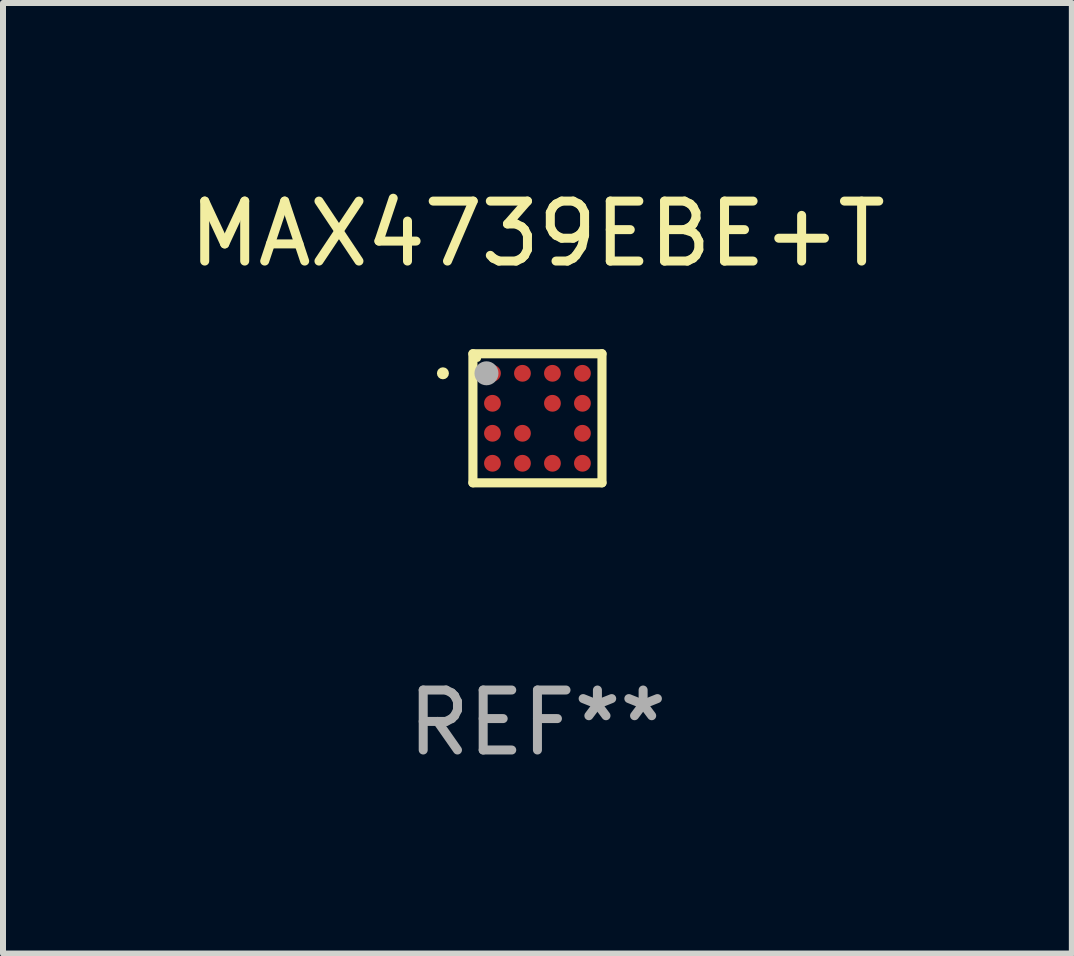
<source format=kicad_pcb>
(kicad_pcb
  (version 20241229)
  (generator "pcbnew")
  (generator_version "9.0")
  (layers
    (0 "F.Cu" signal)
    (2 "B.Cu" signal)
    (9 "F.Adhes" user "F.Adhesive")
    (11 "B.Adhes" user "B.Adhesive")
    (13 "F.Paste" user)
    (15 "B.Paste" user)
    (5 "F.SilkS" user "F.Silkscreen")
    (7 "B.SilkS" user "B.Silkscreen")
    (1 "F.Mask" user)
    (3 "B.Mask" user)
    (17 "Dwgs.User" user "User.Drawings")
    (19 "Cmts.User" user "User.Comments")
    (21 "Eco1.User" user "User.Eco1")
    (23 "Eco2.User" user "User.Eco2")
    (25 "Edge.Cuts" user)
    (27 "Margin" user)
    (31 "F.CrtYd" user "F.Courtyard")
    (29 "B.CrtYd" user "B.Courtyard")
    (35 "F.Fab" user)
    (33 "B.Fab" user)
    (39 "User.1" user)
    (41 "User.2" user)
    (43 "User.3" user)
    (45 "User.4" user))
  (footprint "MAX4739EBE+T"
    (layer "F.Cu")
    (at 5.911 3.924)
    (property "Reference" "MAX4739EBE+T" (at 0 -3.076 0) (layer "F.SilkS") (effects (font (size 1 1) (thickness 0.15))))
    (attr through_hole)
    (fp_line (start -1.076 -1.076) (end 1.076 -1.076) (stroke (width 0.152) (type solid)) (layer "F.SilkS"))
    (fp_line (start -1.076 1.076) (end -1.076 -1.076) (stroke (width 0.152) (type solid)) (layer "F.SilkS"))
    (fp_line (start 1.076 -1.076) (end 1.076 1.076) (stroke (width 0.152) (type solid)) (layer "F.SilkS"))
    (fp_line (start 1.076 1.076) (end -1.076 1.076) (stroke (width 0.152) (type solid)) (layer "F.SilkS"))
    (fp_circle (center -1.576 -0.75) (end -1.526 -0.75) (stroke (width 0.1) (type solid)) (fill no) (layer "F.SilkS"))
    (fp_circle (center -1 -1) (end -0.97 -1) (stroke (width 0.06) (type solid)) (fill no) (layer "F.SilkS"))
    (fp_circle (center -0.85 -0.75) (end -0.75 -0.75) (stroke (width 0.2) (type solid)) (fill no) (layer "F.Fab"))
    (fp_text user "REF**" (at 0 5.076 0) (layer "F.Fab") (effects (font (size 1 1) (thickness 0.15))))
    (pad "A1" smd circle (at -0.75 -0.75) (size 0.28 0.28) (layers "F.Cu" "F.Mask" "F.Paste"))
    (pad "A2" smd circle (at -0.25 -0.75) (size 0.28 0.28) (layers "F.Cu" "F.Mask" "F.Paste"))
    (pad "A3" smd circle (at 0.25 -0.75) (size 0.28 0.28) (layers "F.Cu" "F.Mask" "F.Paste"))
    (pad "A4" smd circle (at 0.75 -0.75) (size 0.28 0.28) (layers "F.Cu" "F.Mask" "F.Paste"))
    (pad "B1" smd circle (at -0.75 -0.25) (size 0.28 0.28) (layers "F.Cu" "F.Mask" "F.Paste"))
    (pad "B3" smd circle (at 0.25 -0.25) (size 0.28 0.28) (layers "F.Cu" "F.Mask" "F.Paste"))
    (pad "B4" smd circle (at 0.75 -0.25) (size 0.28 0.28) (layers "F.Cu" "F.Mask" "F.Paste"))
    (pad "C1" smd circle (at -0.75 0.25) (size 0.28 0.28) (layers "F.Cu" "F.Mask" "F.Paste"))
    (pad "C2" smd circle (at -0.25 0.25) (size 0.28 0.28) (layers "F.Cu" "F.Mask" "F.Paste"))
    (pad "C4" smd circle (at 0.75 0.25) (size 0.28 0.28) (layers "F.Cu" "F.Mask" "F.Paste"))
    (pad "D1" smd circle (at -0.75 0.75) (size 0.28 0.28) (layers "F.Cu" "F.Mask" "F.Paste"))
    (pad "D2" smd circle (at -0.25 0.75) (size 0.28 0.28) (layers "F.Cu" "F.Mask" "F.Paste"))
    (pad "D3" smd circle (at 0.25 0.75) (size 0.28 0.28) (layers "F.Cu" "F.Mask" "F.Paste"))
    (pad "D4" smd circle (at 0.75 0.75) (size 0.28 0.28) (layers "F.Cu" "F.Mask" "F.Paste")))
  (gr_rect
    (start -3 -3)
    (end 14.821 12.849)
    (stroke (width 0.1) (type default))
    (fill no)
    (layer "Edge.Cuts")))
</source>
